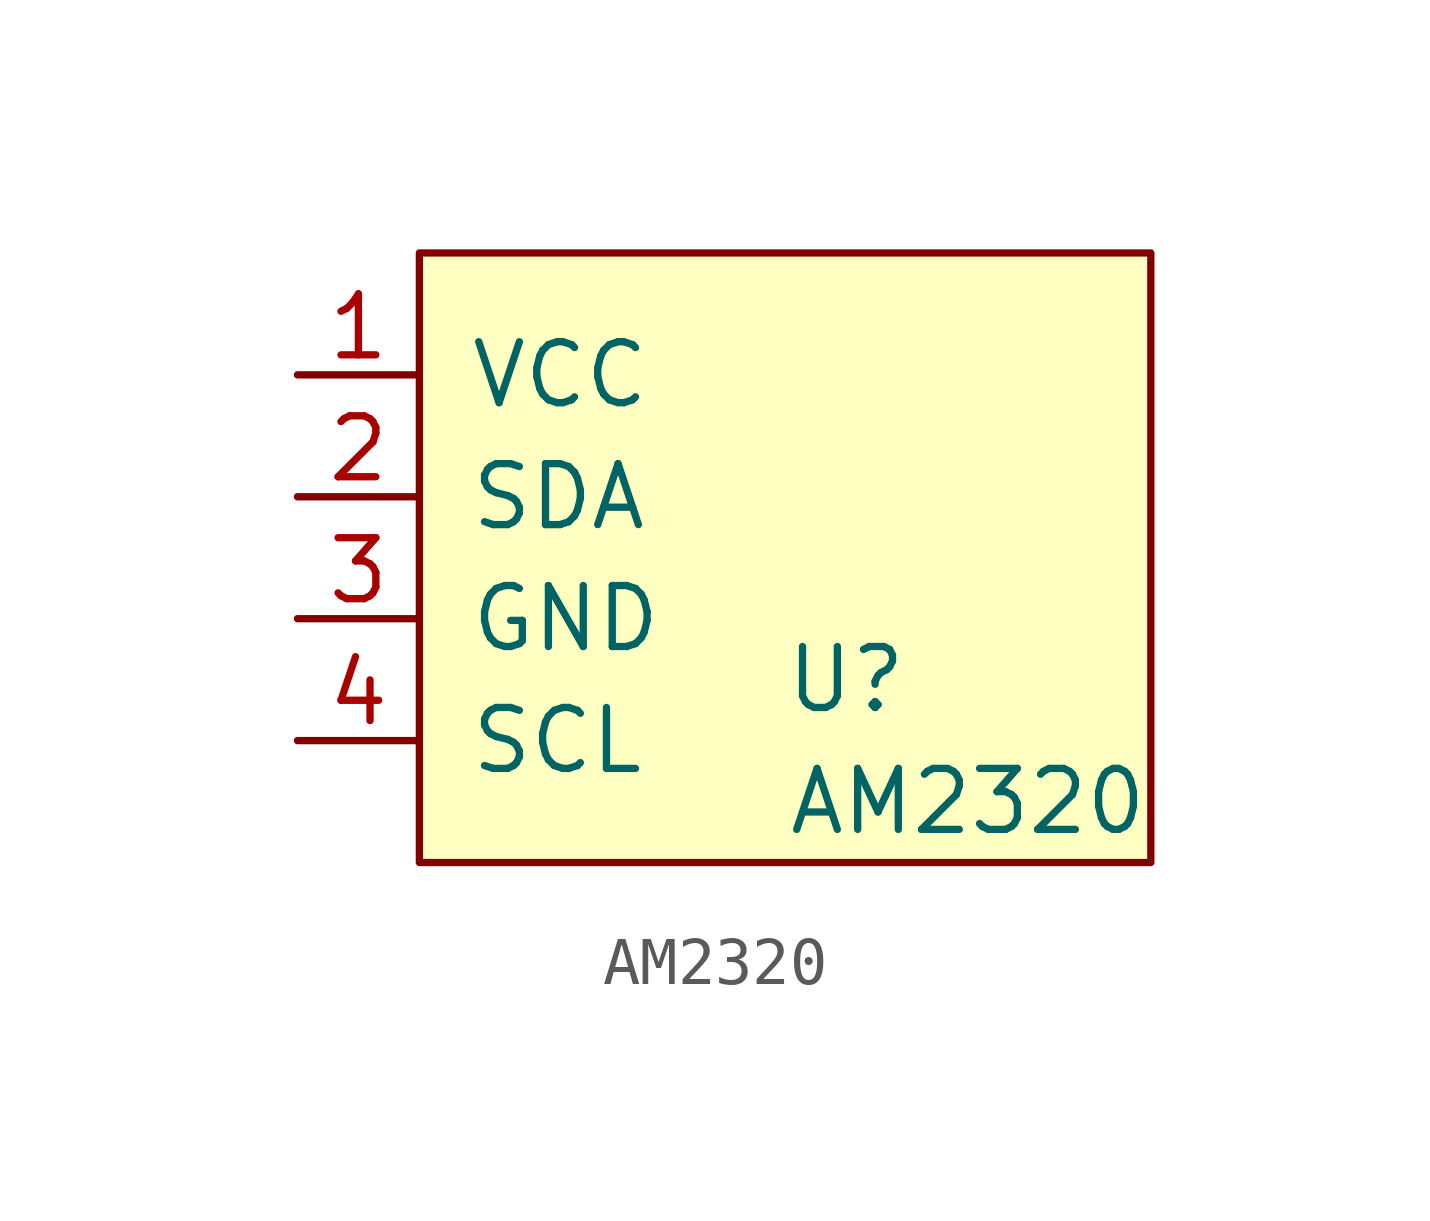
<source format=kicad_sym>
(kicad_symbol_lib
  (version 20211014)
  (generator kicad_symbol_editor)
  (symbol "AM2320"
    (pin_names
      (offset 1.016))
    (property "Reference" "U"
      (at 8.89 -8.89 0)
      (effects (font (size 1.27 1.27))))
    (property "Value" "AM2320"
      (at 11.43 -11.43 0)
      (effects (font (size 1.27 1.27))))
    (symbol "AM2320_0_1"
      (rectangle (start 0 0) (end 15.24 -12.7) (stroke (width 0) (type default) (color 0 0 0 0)) (fill (type background))))
    (symbol "AM2320_1_1"
      (pin input line (at -2.54 -2.54 0) (length 2.54) (name "VCC" (effects (font (size 1.27 1.27)))) (number "1" (effects (font (size 1.27 1.27)))))
      (pin input line (at -2.54 -5.08 0) (length 2.54) (name "SDA" (effects (font (size 1.27 1.27)))) (number "2" (effects (font (size 1.27 1.27)))))
      (pin input line (at -2.54 -7.62 0) (length 2.54) (name "GND" (effects (font (size 1.27 1.27)))) (number "3" (effects (font (size 1.27 1.27)))))
      (pin input line (at -2.54 -10.16 0) (length 2.54) (name "SCL" (effects (font (size 1.27 1.27)))) (number "4" (effects (font (size 1.27 1.27))))))))
</source>
